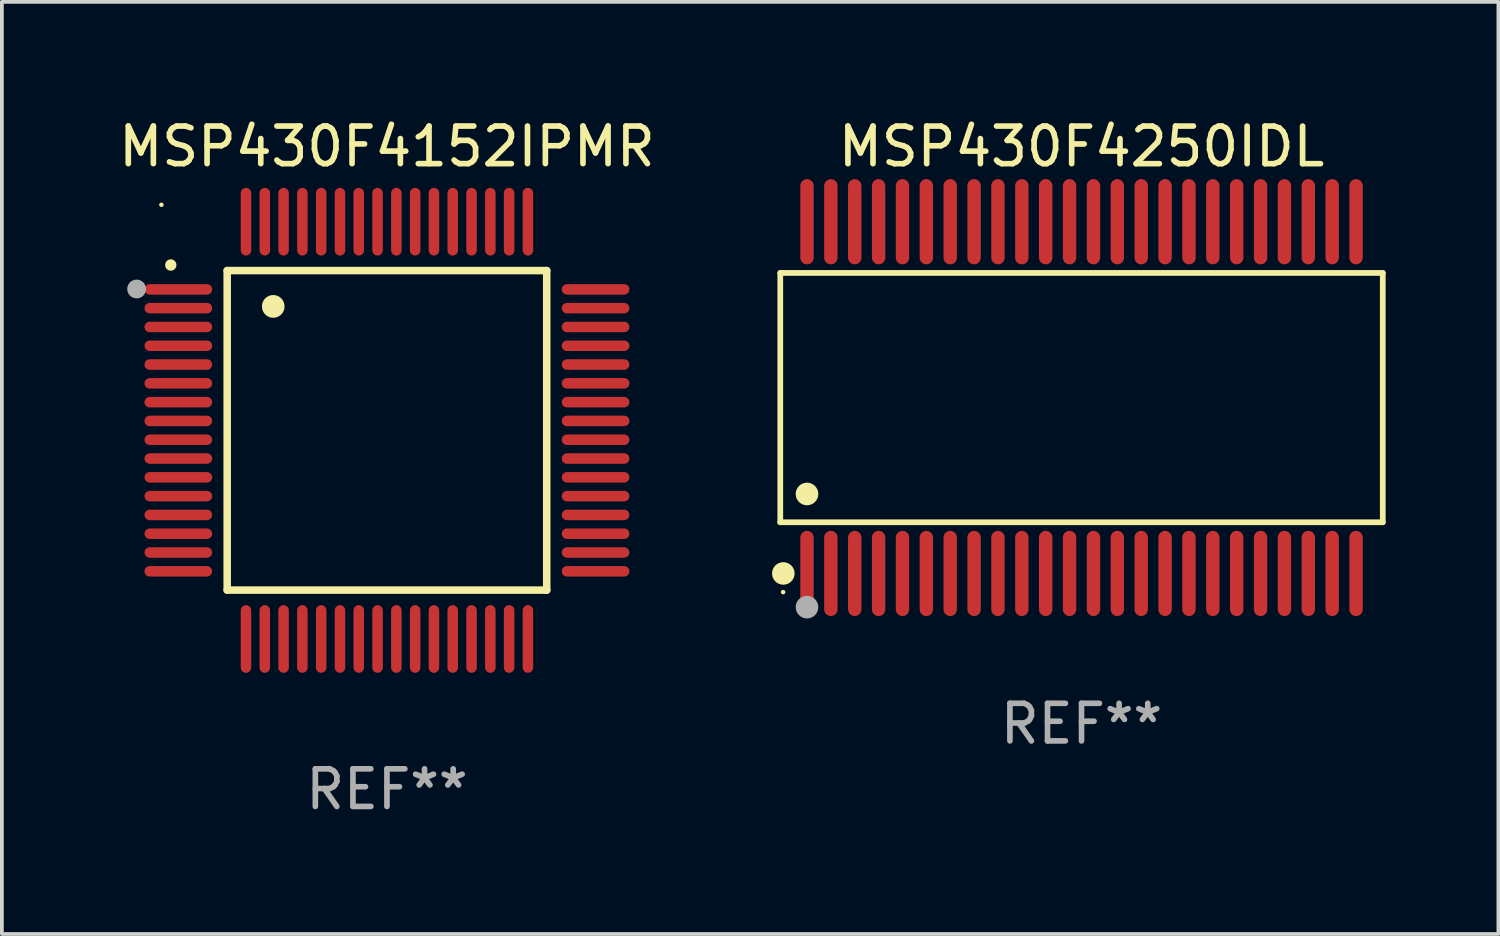
<source format=kicad_pcb>
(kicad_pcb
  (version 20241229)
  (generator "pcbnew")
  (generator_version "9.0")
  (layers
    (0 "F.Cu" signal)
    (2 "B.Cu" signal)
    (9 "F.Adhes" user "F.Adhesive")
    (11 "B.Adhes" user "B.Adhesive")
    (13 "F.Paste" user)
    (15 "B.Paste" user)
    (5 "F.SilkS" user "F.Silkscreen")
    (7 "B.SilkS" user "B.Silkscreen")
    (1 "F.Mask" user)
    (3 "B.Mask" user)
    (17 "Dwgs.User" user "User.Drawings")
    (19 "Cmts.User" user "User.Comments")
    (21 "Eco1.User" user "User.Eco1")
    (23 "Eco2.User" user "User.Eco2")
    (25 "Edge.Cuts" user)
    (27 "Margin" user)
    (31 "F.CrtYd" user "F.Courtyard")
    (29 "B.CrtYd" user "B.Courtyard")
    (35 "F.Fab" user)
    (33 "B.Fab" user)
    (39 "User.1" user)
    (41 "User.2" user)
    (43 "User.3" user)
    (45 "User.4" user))
  (footprint "MSP430F4152IPMR"
    (layer "F.Cu")
    (at 7.244 8.398)
    (property "Reference" "MSP430F4152IPMR" (at 0 -7.55 0) (layer "F.SilkS") (effects (font (size 1 1) (thickness 0.15))))
    (attr through_hole)
    (fp_line (start -4.25 -4.25) (end -4.25 4.25) (stroke (width 0.2) (type solid)) (layer "F.SilkS"))
    (fp_line (start -4.25 4.25) (end 4.25 4.25) (stroke (width 0.2) (type solid)) (layer "F.SilkS"))
    (fp_line (start 4.25 -4.25) (end -4.25 -4.25) (stroke (width 0.2) (type solid)) (layer "F.SilkS"))
    (fp_line (start 4.25 4.25) (end 4.25 -4.25) (stroke (width 0.2) (type solid)) (layer "F.SilkS"))
    (fp_arc (start -5.750572 -4.396749) (mid -5.750577 -4.398019) (end -5.750572 -4.399289) (stroke (width 0.3) (type solid)) (layer "F.SilkS"))
    (fp_arc (start -3.025146 -3.294387) (mid -3.025157 -3.296927) (end -3.025146 -3.299467) (stroke (width 0.6) (type solid)) (layer "F.SilkS"))
    (fp_circle (center -6 -6) (end -5.97 -6) (stroke (width 0.06) (type solid)) (fill no) (layer "F.SilkS"))
    (fp_circle (center -6.66 -3.76) (end -6.535 -3.76) (stroke (width 0.25) (type solid)) (fill no) (layer "F.Fab"))
    (fp_text user "REF**" (at 0 9.55 0) (layer "F.Fab") (effects (font (size 1 1) (thickness 0.15))))
    (pad "1" smd oval (at -5.55 -3.75) (size 1.8 0.28) (layers "F.Cu" "F.Mask" "F.Paste"))
    (pad "2" smd oval (at -5.55 -3.25) (size 1.8 0.28) (layers "F.Cu" "F.Mask" "F.Paste"))
    (pad "3" smd oval (at -5.55 -2.75) (size 1.8 0.28) (layers "F.Cu" "F.Mask" "F.Paste"))
    (pad "4" smd oval (at -5.55 -2.25) (size 1.8 0.28) (layers "F.Cu" "F.Mask" "F.Paste"))
    (pad "5" smd oval (at -5.55 -1.75) (size 1.8 0.28) (layers "F.Cu" "F.Mask" "F.Paste"))
    (pad "6" smd oval (at -5.55 -1.25) (size 1.8 0.28) (layers "F.Cu" "F.Mask" "F.Paste"))
    (pad "7" smd oval (at -5.55 -0.75) (size 1.8 0.28) (layers "F.Cu" "F.Mask" "F.Paste"))
    (pad "8" smd oval (at -5.55 -0.25) (size 1.8 0.28) (layers "F.Cu" "F.Mask" "F.Paste"))
    (pad "9" smd oval (at -5.55 0.25) (size 1.8 0.28) (layers "F.Cu" "F.Mask" "F.Paste"))
    (pad "10" smd oval (at -5.55 0.75) (size 1.8 0.28) (layers "F.Cu" "F.Mask" "F.Paste"))
    (pad "11" smd oval (at -5.55 1.25) (size 1.8 0.28) (layers "F.Cu" "F.Mask" "F.Paste"))
    (pad "12" smd oval (at -5.55 1.75) (size 1.8 0.28) (layers "F.Cu" "F.Mask" "F.Paste"))
    (pad "13" smd oval (at -5.55 2.25) (size 1.8 0.28) (layers "F.Cu" "F.Mask" "F.Paste"))
    (pad "14" smd oval (at -5.55 2.75) (size 1.8 0.28) (layers "F.Cu" "F.Mask" "F.Paste"))
    (pad "15" smd oval (at -5.55 3.25) (size 1.8 0.28) (layers "F.Cu" "F.Mask" "F.Paste"))
    (pad "16" smd oval (at -5.55 3.75) (size 1.8 0.28) (layers "F.Cu" "F.Mask" "F.Paste"))
    (pad "17" smd oval (at -3.75 5.55) (size 0.28 1.8) (layers "F.Cu" "F.Mask" "F.Paste"))
    (pad "18" smd oval (at -3.25 5.55) (size 0.28 1.8) (layers "F.Cu" "F.Mask" "F.Paste"))
    (pad "19" smd oval (at -2.75 5.55) (size 0.28 1.8) (layers "F.Cu" "F.Mask" "F.Paste"))
    (pad "20" smd oval (at -2.25 5.55) (size 0.28 1.8) (layers "F.Cu" "F.Mask" "F.Paste"))
    (pad "21" smd oval (at -1.75 5.55) (size 0.28 1.8) (layers "F.Cu" "F.Mask" "F.Paste"))
    (pad "22" smd oval (at -1.25 5.55) (size 0.28 1.8) (layers "F.Cu" "F.Mask" "F.Paste"))
    (pad "23" smd oval (at -0.75 5.55) (size 0.28 1.8) (layers "F.Cu" "F.Mask" "F.Paste"))
    (pad "24" smd oval (at -0.25 5.55) (size 0.28 1.8) (layers "F.Cu" "F.Mask" "F.Paste"))
    (pad "25" smd oval (at 0.25 5.55) (size 0.28 1.8) (layers "F.Cu" "F.Mask" "F.Paste"))
    (pad "26" smd oval (at 0.75 5.55) (size 0.28 1.8) (layers "F.Cu" "F.Mask" "F.Paste"))
    (pad "27" smd oval (at 1.25 5.55) (size 0.28 1.8) (layers "F.Cu" "F.Mask" "F.Paste"))
    (pad "28" smd oval (at 1.75 5.55) (size 0.28 1.8) (layers "F.Cu" "F.Mask" "F.Paste"))
    (pad "29" smd oval (at 2.25 5.55) (size 0.28 1.8) (layers "F.Cu" "F.Mask" "F.Paste"))
    (pad "30" smd oval (at 2.75 5.55) (size 0.28 1.8) (layers "F.Cu" "F.Mask" "F.Paste"))
    (pad "31" smd oval (at 3.25 5.55) (size 0.28 1.8) (layers "F.Cu" "F.Mask" "F.Paste"))
    (pad "32" smd oval (at 3.75 5.55) (size 0.28 1.8) (layers "F.Cu" "F.Mask" "F.Paste"))
    (pad "33" smd oval (at 5.55 3.75) (size 1.8 0.28) (layers "F.Cu" "F.Mask" "F.Paste"))
    (pad "34" smd oval (at 5.55 3.25) (size 1.8 0.28) (layers "F.Cu" "F.Mask" "F.Paste"))
    (pad "35" smd oval (at 5.55 2.75) (size 1.8 0.28) (layers "F.Cu" "F.Mask" "F.Paste"))
    (pad "36" smd oval (at 5.55 2.25) (size 1.8 0.28) (layers "F.Cu" "F.Mask" "F.Paste"))
    (pad "37" smd oval (at 5.55 1.75) (size 1.8 0.28) (layers "F.Cu" "F.Mask" "F.Paste"))
    (pad "38" smd oval (at 5.55 1.25) (size 1.8 0.28) (layers "F.Cu" "F.Mask" "F.Paste"))
    (pad "39" smd oval (at 5.55 0.75) (size 1.8 0.28) (layers "F.Cu" "F.Mask" "F.Paste"))
    (pad "40" smd oval (at 5.55 0.25) (size 1.8 0.28) (layers "F.Cu" "F.Mask" "F.Paste"))
    (pad "41" smd oval (at 5.55 -0.25) (size 1.8 0.28) (layers "F.Cu" "F.Mask" "F.Paste"))
    (pad "42" smd oval (at 5.55 -0.75) (size 1.8 0.28) (layers "F.Cu" "F.Mask" "F.Paste"))
    (pad "43" smd oval (at 5.55 -1.25) (size 1.8 0.28) (layers "F.Cu" "F.Mask" "F.Paste"))
    (pad "44" smd oval (at 5.55 -1.75) (size 1.8 0.28) (layers "F.Cu" "F.Mask" "F.Paste"))
    (pad "45" smd oval (at 5.55 -2.25) (size 1.8 0.28) (layers "F.Cu" "F.Mask" "F.Paste"))
    (pad "46" smd oval (at 5.55 -2.75) (size 1.8 0.28) (layers "F.Cu" "F.Mask" "F.Paste"))
    (pad "47" smd oval (at 5.55 -3.25) (size 1.8 0.28) (layers "F.Cu" "F.Mask" "F.Paste"))
    (pad "48" smd oval (at 5.55 -3.75) (size 1.8 0.28) (layers "F.Cu" "F.Mask" "F.Paste"))
    (pad "49" smd oval (at 3.75 -5.55) (size 0.28 1.8) (layers "F.Cu" "F.Mask" "F.Paste"))
    (pad "50" smd oval (at 3.25 -5.55) (size 0.28 1.8) (layers "F.Cu" "F.Mask" "F.Paste"))
    (pad "51" smd oval (at 2.75 -5.55) (size 0.28 1.8) (layers "F.Cu" "F.Mask" "F.Paste"))
    (pad "52" smd oval (at 2.25 -5.55) (size 0.28 1.8) (layers "F.Cu" "F.Mask" "F.Paste"))
    (pad "53" smd oval (at 1.75 -5.55) (size 0.28 1.8) (layers "F.Cu" "F.Mask" "F.Paste"))
    (pad "54" smd oval (at 1.25 -5.55) (size 0.28 1.8) (layers "F.Cu" "F.Mask" "F.Paste"))
    (pad "55" smd oval (at 0.75 -5.55) (size 0.28 1.8) (layers "F.Cu" "F.Mask" "F.Paste"))
    (pad "56" smd oval (at 0.25 -5.55) (size 0.28 1.8) (layers "F.Cu" "F.Mask" "F.Paste"))
    (pad "57" smd oval (at -0.25 -5.55) (size 0.28 1.8) (layers "F.Cu" "F.Mask" "F.Paste"))
    (pad "58" smd oval (at -0.75 -5.55) (size 0.28 1.8) (layers "F.Cu" "F.Mask" "F.Paste"))
    (pad "59" smd oval (at -1.25 -5.55) (size 0.28 1.8) (layers "F.Cu" "F.Mask" "F.Paste"))
    (pad "60" smd oval (at -1.75 -5.55) (size 0.28 1.8) (layers "F.Cu" "F.Mask" "F.Paste"))
    (pad "61" smd oval (at -2.25 -5.55) (size 0.28 1.8) (layers "F.Cu" "F.Mask" "F.Paste"))
    (pad "62" smd oval (at -2.75 -5.55) (size 0.28 1.8) (layers "F.Cu" "F.Mask" "F.Paste"))
    (pad "63" smd oval (at -3.25 -5.55) (size 0.28 1.8) (layers "F.Cu" "F.Mask" "F.Paste"))
    (pad "64" smd oval (at -3.75 -5.55) (size 0.28 1.8) (layers "F.Cu" "F.Mask" "F.Paste")))
  (footprint "MSP430F4250IDL"
    (layer "F.Cu")
    (at 25.721 7.527)
    (property "Reference" "MSP430F4250IDL" (at 0 -6.678 0) (layer "F.SilkS") (effects (font (size 1 1) (thickness 0.15))))
    (attr through_hole)
    (fp_line (start -8.014 -3.316) (end 8.014 -3.316) (stroke (width 0.152) (type solid)) (layer "F.SilkS"))
    (fp_line (start -8.014 3.316) (end -8.014 -3.316) (stroke (width 0.152) (type solid)) (layer "F.SilkS"))
    (fp_line (start 8.014 -3.316) (end 8.014 3.316) (stroke (width 0.152) (type solid)) (layer "F.SilkS"))
    (fp_line (start 8.014 3.316) (end -8.014 3.316) (stroke (width 0.152) (type solid)) (layer "F.SilkS"))
    (fp_circle (center -7.938 5.175) (end -7.908 5.175) (stroke (width 0.06) (type solid)) (fill no) (layer "F.SilkS"))
    (fp_circle (center -7.933 4.678) (end -7.783 4.678) (stroke (width 0.3) (type solid)) (fill no) (layer "F.SilkS"))
    (fp_circle (center -7.303 2.564) (end -7.152 2.564) (stroke (width 0.3) (type solid)) (fill no) (layer "F.SilkS"))
    (fp_circle (center -7.303 5.575) (end -7.152 5.575) (stroke (width 0.3) (type solid)) (fill no) (layer "F.Fab"))
    (fp_text user "REF**" (at 0 8.678 0) (layer "F.Fab") (effects (font (size 1 1) (thickness 0.15))))
    (pad "1" smd oval (at -7.303 4.678) (size 0.356 2.267) (layers "F.Cu" "F.Mask" "F.Paste"))
    (pad "2" smd oval (at -6.668 4.678) (size 0.356 2.267) (layers "F.Cu" "F.Mask" "F.Paste"))
    (pad "3" smd oval (at -6.033 4.678) (size 0.356 2.267) (layers "F.Cu" "F.Mask" "F.Paste"))
    (pad "4" smd oval (at -5.398 4.678) (size 0.356 2.267) (layers "F.Cu" "F.Mask" "F.Paste"))
    (pad "5" smd oval (at -4.763 4.678) (size 0.356 2.267) (layers "F.Cu" "F.Mask" "F.Paste"))
    (pad "6" smd oval (at -4.128 4.678) (size 0.356 2.267) (layers "F.Cu" "F.Mask" "F.Paste"))
    (pad "7" smd oval (at -3.493 4.678) (size 0.356 2.267) (layers "F.Cu" "F.Mask" "F.Paste"))
    (pad "8" smd oval (at -2.858 4.678) (size 0.356 2.267) (layers "F.Cu" "F.Mask" "F.Paste"))
    (pad "9" smd oval (at -2.223 4.678) (size 0.356 2.267) (layers "F.Cu" "F.Mask" "F.Paste"))
    (pad "10" smd oval (at -1.588 4.678) (size 0.356 2.267) (layers "F.Cu" "F.Mask" "F.Paste"))
    (pad "11" smd oval (at -0.953 4.678) (size 0.356 2.267) (layers "F.Cu" "F.Mask" "F.Paste"))
    (pad "12" smd oval (at -0.318 4.678) (size 0.356 2.267) (layers "F.Cu" "F.Mask" "F.Paste"))
    (pad "13" smd oval (at 0.318 4.678) (size 0.356 2.267) (layers "F.Cu" "F.Mask" "F.Paste"))
    (pad "14" smd oval (at 0.953 4.678) (size 0.356 2.267) (layers "F.Cu" "F.Mask" "F.Paste"))
    (pad "15" smd oval (at 1.588 4.678) (size 0.356 2.267) (layers "F.Cu" "F.Mask" "F.Paste"))
    (pad "16" smd oval (at 2.223 4.678) (size 0.356 2.267) (layers "F.Cu" "F.Mask" "F.Paste"))
    (pad "17" smd oval (at 2.858 4.678) (size 0.356 2.267) (layers "F.Cu" "F.Mask" "F.Paste"))
    (pad "18" smd oval (at 3.493 4.678) (size 0.356 2.267) (layers "F.Cu" "F.Mask" "F.Paste"))
    (pad "19" smd oval (at 4.128 4.678) (size 0.356 2.267) (layers "F.Cu" "F.Mask" "F.Paste"))
    (pad "20" smd oval (at 4.763 4.678) (size 0.356 2.267) (layers "F.Cu" "F.Mask" "F.Paste"))
    (pad "21" smd oval (at 5.398 4.678) (size 0.356 2.267) (layers "F.Cu" "F.Mask" "F.Paste"))
    (pad "22" smd oval (at 6.033 4.678) (size 0.356 2.267) (layers "F.Cu" "F.Mask" "F.Paste"))
    (pad "23" smd oval (at 6.668 4.678) (size 0.356 2.267) (layers "F.Cu" "F.Mask" "F.Paste"))
    (pad "24" smd oval (at 7.303 4.678) (size 0.356 2.267) (layers "F.Cu" "F.Mask" "F.Paste"))
    (pad "25" smd oval (at 7.303 -4.678) (size 0.356 2.267) (layers "F.Cu" "F.Mask" "F.Paste"))
    (pad "26" smd oval (at 6.668 -4.678) (size 0.356 2.267) (layers "F.Cu" "F.Mask" "F.Paste"))
    (pad "27" smd oval (at 6.033 -4.678) (size 0.356 2.267) (layers "F.Cu" "F.Mask" "F.Paste"))
    (pad "28" smd oval (at 5.398 -4.678) (size 0.356 2.267) (layers "F.Cu" "F.Mask" "F.Paste"))
    (pad "29" smd oval (at 4.763 -4.678) (size 0.356 2.267) (layers "F.Cu" "F.Mask" "F.Paste"))
    (pad "30" smd oval (at 4.128 -4.678) (size 0.356 2.267) (layers "F.Cu" "F.Mask" "F.Paste"))
    (pad "31" smd oval (at 3.493 -4.678) (size 0.356 2.267) (layers "F.Cu" "F.Mask" "F.Paste"))
    (pad "32" smd oval (at 2.858 -4.678) (size 0.356 2.267) (layers "F.Cu" "F.Mask" "F.Paste"))
    (pad "33" smd oval (at 2.223 -4.678) (size 0.356 2.267) (layers "F.Cu" "F.Mask" "F.Paste"))
    (pad "34" smd oval (at 1.588 -4.678) (size 0.356 2.267) (layers "F.Cu" "F.Mask" "F.Paste"))
    (pad "35" smd oval (at 0.953 -4.678) (size 0.356 2.267) (layers "F.Cu" "F.Mask" "F.Paste"))
    (pad "36" smd oval (at 0.318 -4.678) (size 0.356 2.267) (layers "F.Cu" "F.Mask" "F.Paste"))
    (pad "37" smd oval (at -0.318 -4.678) (size 0.356 2.267) (layers "F.Cu" "F.Mask" "F.Paste"))
    (pad "38" smd oval (at -0.953 -4.678) (size 0.356 2.267) (layers "F.Cu" "F.Mask" "F.Paste"))
    (pad "39" smd oval (at -1.588 -4.678) (size 0.356 2.267) (layers "F.Cu" "F.Mask" "F.Paste"))
    (pad "40" smd oval (at -2.223 -4.678) (size 0.356 2.267) (layers "F.Cu" "F.Mask" "F.Paste"))
    (pad "41" smd oval (at -2.858 -4.678) (size 0.356 2.267) (layers "F.Cu" "F.Mask" "F.Paste"))
    (pad "42" smd oval (at -3.493 -4.678) (size 0.356 2.267) (layers "F.Cu" "F.Mask" "F.Paste"))
    (pad "43" smd oval (at -4.128 -4.678) (size 0.356 2.267) (layers "F.Cu" "F.Mask" "F.Paste"))
    (pad "44" smd oval (at -4.763 -4.678) (size 0.356 2.267) (layers "F.Cu" "F.Mask" "F.Paste"))
    (pad "45" smd oval (at -5.398 -4.678) (size 0.356 2.267) (layers "F.Cu" "F.Mask" "F.Paste"))
    (pad "46" smd oval (at -6.033 -4.678) (size 0.356 2.267) (layers "F.Cu" "F.Mask" "F.Paste"))
    (pad "47" smd oval (at -6.668 -4.678) (size 0.356 2.267) (layers "F.Cu" "F.Mask" "F.Paste"))
    (pad "48" smd oval (at -7.303 -4.678) (size 0.356 2.267) (layers "F.Cu" "F.Mask" "F.Paste")))
  (gr_rect
    (start -3 -3)
    (end 36.811 21.796)
    (stroke (width 0.1) (type default))
    (fill no)
    (layer "Edge.Cuts")))
</source>
